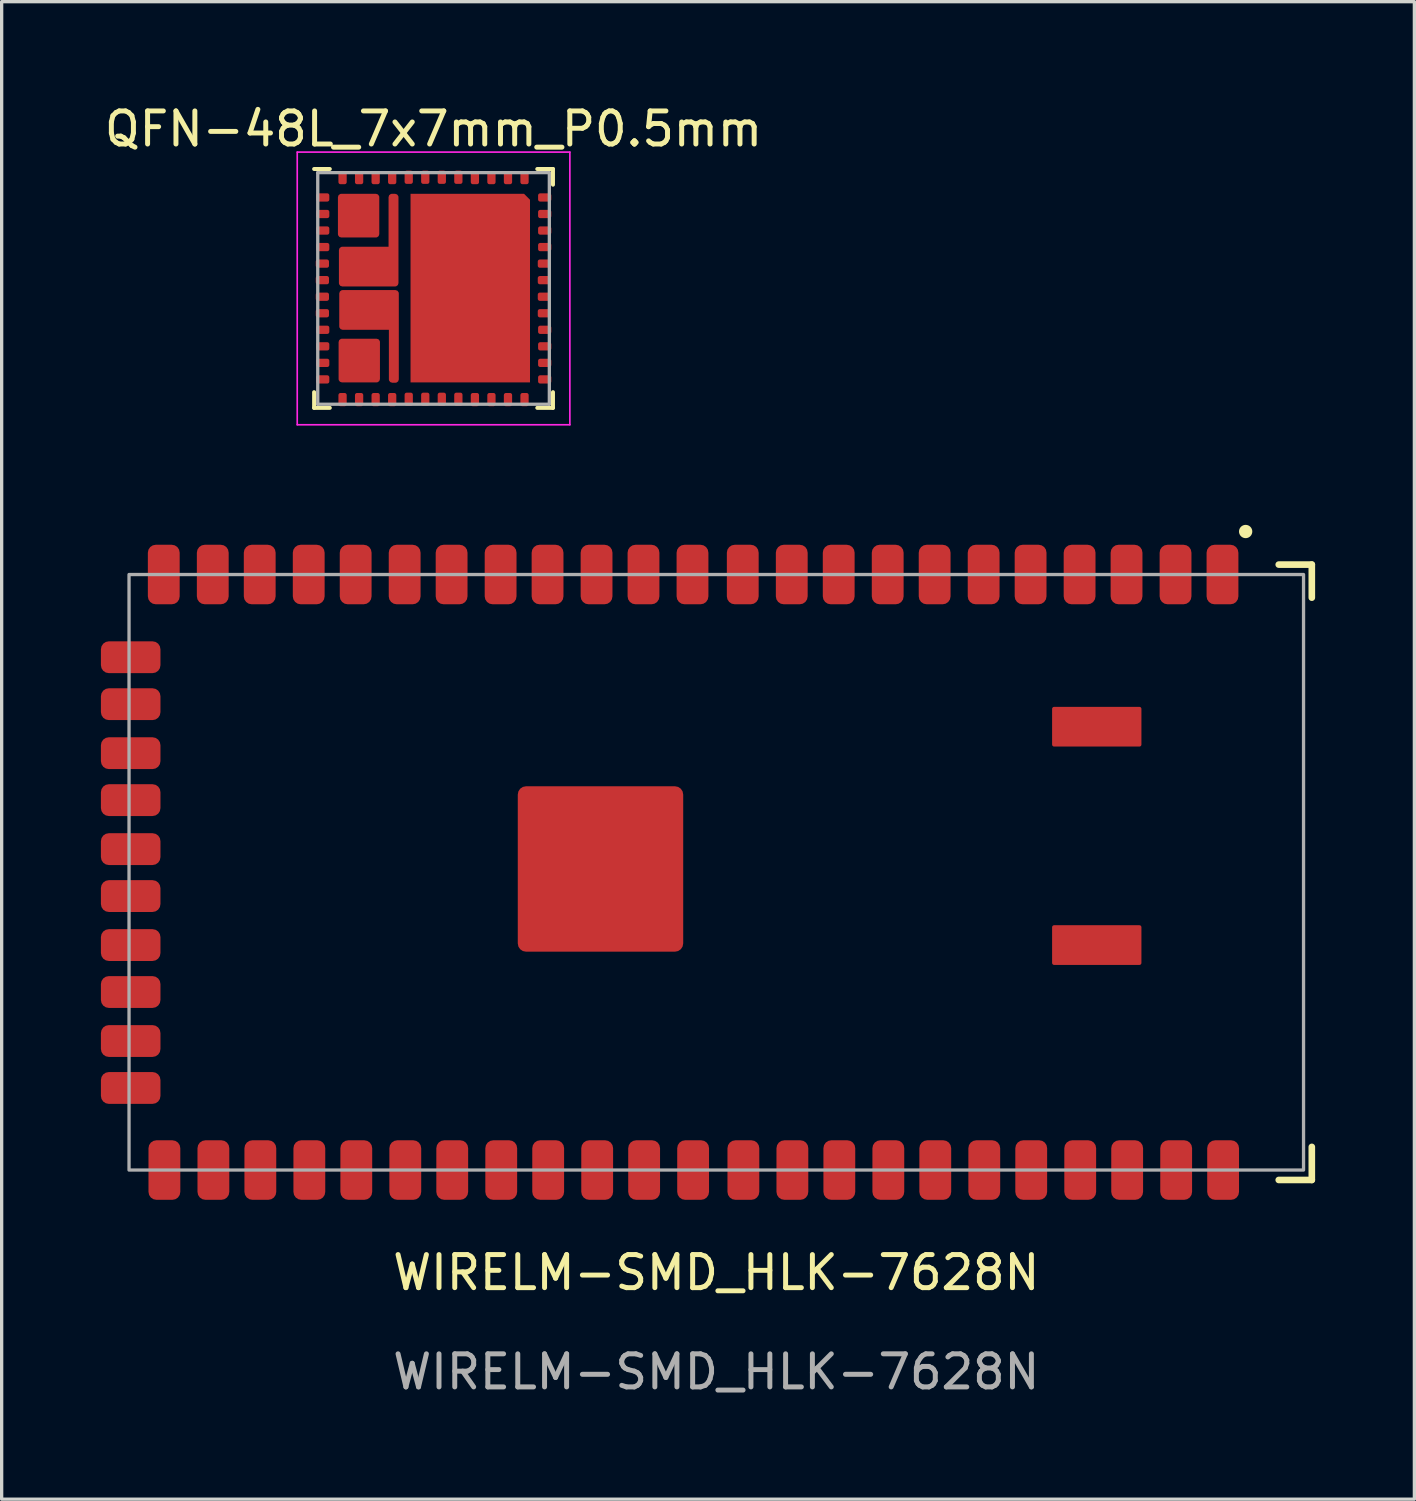
<source format=kicad_pcb>
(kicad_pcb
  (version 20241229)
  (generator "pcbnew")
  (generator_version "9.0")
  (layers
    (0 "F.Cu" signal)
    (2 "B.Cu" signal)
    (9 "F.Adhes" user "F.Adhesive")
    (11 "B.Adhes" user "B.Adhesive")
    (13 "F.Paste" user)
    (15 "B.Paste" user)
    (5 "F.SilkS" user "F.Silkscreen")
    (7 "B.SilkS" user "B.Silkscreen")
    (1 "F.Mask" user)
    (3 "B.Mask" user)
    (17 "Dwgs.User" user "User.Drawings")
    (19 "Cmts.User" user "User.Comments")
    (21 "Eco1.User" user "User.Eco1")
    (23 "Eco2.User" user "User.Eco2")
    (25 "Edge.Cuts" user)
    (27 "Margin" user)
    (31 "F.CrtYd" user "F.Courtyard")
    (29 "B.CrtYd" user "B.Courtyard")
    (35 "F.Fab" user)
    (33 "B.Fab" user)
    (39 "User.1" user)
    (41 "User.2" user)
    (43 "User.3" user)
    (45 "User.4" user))
  (footprint "QFN-48L_7x7mm_P0.5mm"
    (layer "F.Cu")
    (at 10.054 5.668)
    (property "Reference" "QFN-48L_7x7mm_P0.5mm" (at 0 -4.82 0) (layer "F.SilkS") (effects (font (size 1 1) (thickness 0.15))))
    (attr smd)
    (fp_line (start -3.61 3.61) (end -3.61 3.135) (stroke (width 0.12) (type solid)) (layer "F.SilkS"))
    (fp_line (start -3.135 -3.61) (end -3.61 -3.61) (stroke (width 0.12) (type solid)) (layer "F.SilkS"))
    (fp_line (start -3.135 3.61) (end -3.61 3.61) (stroke (width 0.12) (type solid)) (layer "F.SilkS"))
    (fp_line (start 3.135 -3.61) (end 3.61 -3.61) (stroke (width 0.12) (type solid)) (layer "F.SilkS"))
    (fp_line (start 3.135 3.61) (end 3.61 3.61) (stroke (width 0.12) (type solid)) (layer "F.SilkS"))
    (fp_line (start 3.61 -3.61) (end 3.61 -3.135) (stroke (width 0.12) (type solid)) (layer "F.SilkS"))
    (fp_line (start 3.61 3.61) (end 3.61 3.135) (stroke (width 0.12) (type solid)) (layer "F.SilkS"))
    (fp_line (start -4.12 -4.12) (end -4.12 4.12) (stroke (width 0.05) (type solid)) (layer "F.CrtYd"))
    (fp_line (start -4.12 4.12) (end 4.12 4.12) (stroke (width 0.05) (type solid)) (layer "F.CrtYd"))
    (fp_line (start 4.12 -4.12) (end -4.12 -4.12) (stroke (width 0.05) (type solid)) (layer "F.CrtYd"))
    (fp_line (start 4.12 4.12) (end 4.12 -4.12) (stroke (width 0.05) (type solid)) (layer "F.CrtYd"))
    (fp_line (start -3.5 -3.5) (end 3.5 -3.5) (stroke (width 0.1) (type solid)) (layer "F.Fab"))
    (fp_line (start -3.5 3.5) (end -3.5 -3.5) (stroke (width 0.1) (type solid)) (layer "F.Fab"))
    (fp_line (start 3.5 -3.5) (end 3.5 3.5) (stroke (width 0.1) (type solid)) (layer "F.Fab"))
    (fp_line (start 3.5 3.5) (end -3.5 3.5) (stroke (width 0.1) (type solid)) (layer "F.Fab"))
    (pad "1" smd roundrect (at 3.36 -2.75 90) (size 0.25 0.4) (layers "F.Cu" "F.Mask" "F.Paste") (roundrect_rratio 0.25))
    (pad "2" smd roundrect (at 3.36 -2.25 90) (size 0.25 0.4) (layers "F.Cu" "F.Mask" "F.Paste") (roundrect_rratio 0.25))
    (pad "3" smd roundrect (at 3.36 -1.75 90) (size 0.25 0.4) (layers "F.Cu" "F.Mask" "F.Paste") (roundrect_rratio 0.25))
    (pad "4" smd roundrect (at 3.36 -1.25 90) (size 0.25 0.4) (layers "F.Cu" "F.Mask" "F.Paste") (roundrect_rratio 0.25))
    (pad "5" smd roundrect (at 3.35 -0.75 90) (size 0.25 0.4) (layers "F.Cu" "F.Mask" "F.Paste") (roundrect_rratio 0.25))
    (pad "6" smd roundrect (at 3.35 -0.25 90) (size 0.25 0.4) (layers "F.Cu" "F.Mask" "F.Paste") (roundrect_rratio 0.25))
    (pad "7" smd roundrect (at 3.35 0.25 90) (size 0.25 0.4) (layers "F.Cu" "F.Mask" "F.Paste") (roundrect_rratio 0.25))
    (pad "8" smd roundrect (at 3.35 0.75 90) (size 0.25 0.4) (layers "F.Cu" "F.Mask" "F.Paste") (roundrect_rratio 0.25))
    (pad "9" smd roundrect (at 3.36 1.25 90) (size 0.25 0.4) (layers "F.Cu" "F.Mask" "F.Paste") (roundrect_rratio 0.25))
    (pad "10" smd roundrect (at 3.36 1.75 90) (size 0.25 0.4) (layers "F.Cu" "F.Mask" "F.Paste") (roundrect_rratio 0.25))
    (pad "11" smd roundrect (at 3.36 2.25 90) (size 0.25 0.4) (layers "F.Cu" "F.Mask" "F.Paste") (roundrect_rratio 0.25))
    (pad "12" smd roundrect (at 3.36 2.75 90) (size 0.25 0.4) (layers "F.Cu" "F.Mask" "F.Paste") (roundrect_rratio 0.25))
    (pad "13" smd roundrect (at 2.75 3.36) (size 0.25 0.4) (layers "F.Cu" "F.Mask" "F.Paste") (roundrect_rratio 0.25))
    (pad "14" smd roundrect (at 2.25 3.36) (size 0.25 0.4) (layers "F.Cu" "F.Mask" "F.Paste") (roundrect_rratio 0.25))
    (pad "15" smd roundrect (at 1.75 3.36) (size 0.25 0.4) (layers "F.Cu" "F.Mask" "F.Paste") (roundrect_rratio 0.25))
    (pad "16" smd roundrect (at 1.25 3.36) (size 0.25 0.4) (layers "F.Cu" "F.Mask" "F.Paste") (roundrect_rratio 0.25))
    (pad "17" smd roundrect (at 0.75 3.35) (size 0.25 0.4) (layers "F.Cu" "F.Mask" "F.Paste") (roundrect_rratio 0.25))
    (pad "18" smd roundrect (at 0.25 3.35) (size 0.25 0.4) (layers "F.Cu" "F.Mask" "F.Paste") (roundrect_rratio 0.25))
    (pad "19" smd roundrect (at -0.25 3.35) (size 0.25 0.4) (layers "F.Cu" "F.Mask" "F.Paste") (roundrect_rratio 0.25))
    (pad "20" smd roundrect (at -0.75 3.35) (size 0.25 0.4) (layers "F.Cu" "F.Mask" "F.Paste") (roundrect_rratio 0.25))
    (pad "21" smd roundrect (at -1.25 3.36) (size 0.25 0.4) (layers "F.Cu" "F.Mask" "F.Paste") (roundrect_rratio 0.25))
    (pad "22" smd roundrect (at -1.75 3.36) (size 0.25 0.4) (layers "F.Cu" "F.Mask" "F.Paste") (roundrect_rratio 0.25))
    (pad "23" smd roundrect (at -2.25 3.36) (size 0.25 0.4) (layers "F.Cu" "F.Mask" "F.Paste") (roundrect_rratio 0.25))
    (pad "24" smd roundrect (at -2.75 3.36) (size 0.25 0.4) (layers "F.Cu" "F.Mask" "F.Paste") (roundrect_rratio 0.25))
    (pad "25" smd roundrect (at -3.35 2.75 90) (size 0.25 0.4) (layers "F.Cu" "F.Mask" "F.Paste") (roundrect_rratio 0.25))
    (pad "26" smd roundrect (at -3.35 2.25 90) (size 0.25 0.4) (layers "F.Cu" "F.Mask" "F.Paste") (roundrect_rratio 0.25))
    (pad "27" smd roundrect (at -3.35 1.75 90) (size 0.25 0.4) (layers "F.Cu" "F.Mask" "F.Paste") (roundrect_rratio 0.25))
    (pad "28" smd roundrect (at -3.35 1.25 90) (size 0.25 0.4) (layers "F.Cu" "F.Mask" "F.Paste") (roundrect_rratio 0.25))
    (pad "29" smd roundrect (at -3.36 0.75 90) (size 0.25 0.4) (layers "F.Cu" "F.Mask" "F.Paste") (roundrect_rratio 0.25))
    (pad "30" smd roundrect (at -3.36 0.25 90) (size 0.25 0.4) (layers "F.Cu" "F.Mask" "F.Paste") (roundrect_rratio 0.25))
    (pad "31" smd roundrect (at -3.36 -0.25 90) (size 0.25 0.4) (layers "F.Cu" "F.Mask" "F.Paste") (roundrect_rratio 0.25))
    (pad "32" smd roundrect (at -3.36 -0.75 90) (size 0.25 0.4) (layers "F.Cu" "F.Mask" "F.Paste") (roundrect_rratio 0.25))
    (pad "33" smd roundrect (at -3.35 -1.25 90) (size 0.25 0.4) (layers "F.Cu" "F.Mask" "F.Paste") (roundrect_rratio 0.25))
    (pad "34" smd roundrect (at -3.35 -1.75 90) (size 0.25 0.4) (layers "F.Cu" "F.Mask" "F.Paste") (roundrect_rratio 0.25))
    (pad "35" smd roundrect (at -3.35 -2.25 90) (size 0.25 0.4) (layers "F.Cu" "F.Mask" "F.Paste") (roundrect_rratio 0.25))
    (pad "36" smd roundrect (at -3.35 -2.75 90) (size 0.25 0.4) (layers "F.Cu" "F.Mask" "F.Paste") (roundrect_rratio 0.25))
    (pad "37" smd roundrect (at -2.75 -3.35) (size 0.25 0.4) (layers "F.Cu" "F.Mask" "F.Paste") (roundrect_rratio 0.25))
    (pad "38" smd roundrect (at -2.25 -3.35) (size 0.25 0.4) (layers "F.Cu" "F.Mask" "F.Paste") (roundrect_rratio 0.25))
    (pad "39" smd roundrect (at -1.75 -3.35) (size 0.25 0.4) (layers "F.Cu" "F.Mask" "F.Paste") (roundrect_rratio 0.25))
    (pad "40" smd roundrect (at -1.25 -3.35) (size 0.25 0.4) (layers "F.Cu" "F.Mask" "F.Paste") (roundrect_rratio 0.25))
    (pad "41" smd roundrect (at -0.75 -3.36) (size 0.25 0.4) (layers "F.Cu" "F.Mask" "F.Paste") (roundrect_rratio 0.25))
    (pad "42" smd roundrect (at -0.25 -3.36) (size 0.25 0.4) (layers "F.Cu" "F.Mask" "F.Paste") (roundrect_rratio 0.25))
    (pad "43" smd roundrect (at 0.25 -3.36) (size 0.25 0.4) (layers "F.Cu" "F.Mask" "F.Paste") (roundrect_rratio 0.25))
    (pad "44" smd roundrect (at 0.75 -3.36) (size 0.25 0.4) (layers "F.Cu" "F.Mask" "F.Paste") (roundrect_rratio 0.25))
    (pad "45" smd roundrect (at 1.25 -3.35) (size 0.25 0.4) (layers "F.Cu" "F.Mask" "F.Paste") (roundrect_rratio 0.25))
    (pad "46" smd roundrect (at 1.75 -3.35) (size 0.25 0.4) (layers "F.Cu" "F.Mask" "F.Paste") (roundrect_rratio 0.25))
    (pad "47" smd roundrect (at 2.25 -3.35) (size 0.25 0.4) (layers "F.Cu" "F.Mask" "F.Paste") (roundrect_rratio 0.25))
    (pad "48" smd roundrect (at 2.75 -3.35) (size 0.25 0.4) (layers "F.Cu" "F.Mask" "F.Paste") (roundrect_rratio 0.25))
    (pad "49" smd roundrect (at 1.11 -0.01) (size 3.611 5.701) (layers "F.Cu" "F.Mask" "F.Paste") (roundrect_rratio 0) (chamfer_ratio 0.05) (chamfer top_right))
    (pad "50" smd custom (at -2.19 -2.24) (size 0.1 0.1) (layers "F.Cu" "F.Mask" "F.Paste") (options (anchor rect)) (primitives (gr_poly (pts (xy -0.6 0.6) (xy -0.6 -0.52) (xy 0.45 -0.52) (xy 0.45 0.6)) (width 0.2) (fill yes))))
    (pad "51" smd custom (at -1.86 -0.76 180) (size 0.05 0.05) (layers "F.Cu" "F.Mask" "F.Paste") (options (anchor circle)) (primitives (gr_poly (pts (xy 0.9 -0.6) (xy -0.7 -0.6) (xy -0.7 2) (xy -0.6 2) (xy -0.6 0.4) (xy 0.9 0.4)) (width 0.2) (fill yes))))
    (pad "52" smd custom (at -1.85 0.75) (size 0.05 0.05) (layers "F.Cu" "F.Mask" "F.Paste") (options (anchor circle)) (primitives (gr_poly (pts (xy -0.9 -0.6) (xy 0.7 -0.6) (xy 0.7 2) (xy 0.6 2) (xy 0.6 0.4) (xy -0.9 0.4)) (width 0.2) (fill yes))))
    (pad "53" smd custom (at -2.17 2.14) (size 0.1 0.1) (layers "F.Cu" "F.Mask" "F.Paste") (options (anchor rect)) (primitives (gr_poly (pts (xy -0.6 0.6) (xy -0.6 -0.52) (xy 0.45 -0.52) (xy 0.45 0.6)) (width 0.2) (fill yes)))))
  (footprint "WIRELM-SMD_HLK-7628N"
    (layer "F.Cu")
    (at 18.6 23.315)
    (property "Reference" "WIRELM-SMD_HLK-7628N" (at 0 12.1 0) (unlocked yes) (layer "F.SilkS") (effects (font (size 1 1) (thickness 0.15))))
    (attr smd)
    (fp_line (start 17 -9.3) (end 18 -9.3) (stroke (width 0.2) (type solid)) (layer "F.SilkS"))
    (fp_line (start 18 -9.3) (end 18 -8.3) (stroke (width 0.2) (type solid)) (layer "F.SilkS"))
    (fp_line (start 18 8.3) (end 18 9.3) (stroke (width 0.2) (type solid)) (layer "F.SilkS"))
    (fp_line (start 18 9.3) (end 17 9.3) (stroke (width 0.2) (type solid)) (layer "F.SilkS"))
    (fp_line (start 18 9.3) (end 18 8.3) (stroke (width 0.12) (type solid)) (layer "F.SilkS"))
    (fp_circle (center 16 -10.3) (end 16.141 -10.3) (stroke (width 0.12) (type solid)) (fill yes) (layer "F.SilkS"))
    (fp_rect (start -17.75 -9) (end 17.75 9) (stroke (width 0.1) (type solid)) (fill no) (layer "F.Fab"))
    (fp_text user "${REFERENCE}" (at 0 15.1 0) (unlocked yes) (layer "F.Fab") (effects (font (size 1 1) (thickness 0.15))))
    (pad "" smd roundrect (at -3.5 -0.1 90) (size 5 5) (layers "F.Cu" "F.Mask" "F.Paste") (roundrect_rratio 0.05))
    (pad "" smd roundrect (at 11.5 -4.4 90) (size 1.2 2.7) (layers "F.Cu" "F.Mask" "F.Paste") (roundrect_rratio 0.05))
    (pad "" smd roundrect (at 11.5 2.2 90) (size 1.2 2.7) (layers "F.Cu" "F.Mask" "F.Paste") (roundrect_rratio 0.05))
    (pad "1" smd roundrect (at 15.3 -9 90) (size 1.8 0.962) (layers "F.Cu" "F.Mask" "F.Paste") (roundrect_rratio 0.25))
    (pad "2" smd roundrect (at 13.881 -9 90) (size 1.8 0.962) (layers "F.Cu" "F.Mask" "F.Paste") (roundrect_rratio 0.25))
    (pad "3" smd roundrect (at 12.4 -9 90) (size 1.8 0.962) (layers "F.Cu" "F.Mask" "F.Paste") (roundrect_rratio 0.25))
    (pad "4" smd roundrect (at 10.981 -9 90) (size 1.8 0.962) (layers "F.Cu" "F.Mask" "F.Paste") (roundrect_rratio 0.25))
    (pad "5" smd roundrect (at 9.5 -9 90) (size 1.8 0.962) (layers "F.Cu" "F.Mask" "F.Paste") (roundrect_rratio 0.25))
    (pad "6" smd roundrect (at 8.081 -9 90) (size 1.8 0.962) (layers "F.Cu" "F.Mask" "F.Paste") (roundrect_rratio 0.25))
    (pad "7" smd roundrect (at 6.6 -9 90) (size 1.8 0.962) (layers "F.Cu" "F.Mask" "F.Paste") (roundrect_rratio 0.25))
    (pad "8" smd roundrect (at 5.181 -9 90) (size 1.8 0.962) (layers "F.Cu" "F.Mask" "F.Paste") (roundrect_rratio 0.25))
    (pad "9" smd roundrect (at 3.7 -9 90) (size 1.8 0.962) (layers "F.Cu" "F.Mask" "F.Paste") (roundrect_rratio 0.25))
    (pad "10" smd roundrect (at 2.281 -9 90) (size 1.8 0.962) (layers "F.Cu" "F.Mask" "F.Paste") (roundrect_rratio 0.25))
    (pad "11" smd roundrect (at 0.8 -9 90) (size 1.8 0.962) (layers "F.Cu" "F.Mask" "F.Paste") (roundrect_rratio 0.25))
    (pad "12" smd roundrect (at -0.719 -9 90) (size 1.8 0.962) (layers "F.Cu" "F.Mask" "F.Paste") (roundrect_rratio 0.25))
    (pad "13" smd roundrect (at -2.2 -9 90) (size 1.8 0.962) (layers "F.Cu" "F.Mask" "F.Paste") (roundrect_rratio 0.25))
    (pad "14" smd roundrect (at -3.619 -9 90) (size 1.8 0.962) (layers "F.Cu" "F.Mask" "F.Paste") (roundrect_rratio 0.25))
    (pad "15" smd roundrect (at -5.1 -9 90) (size 1.8 0.962) (layers "F.Cu" "F.Mask" "F.Paste") (roundrect_rratio 0.25))
    (pad "16" smd roundrect (at -6.519 -9 90) (size 1.8 0.962) (layers "F.Cu" "F.Mask" "F.Paste") (roundrect_rratio 0.25))
    (pad "17" smd roundrect (at -8 -9 90) (size 1.8 0.962) (layers "F.Cu" "F.Mask" "F.Paste") (roundrect_rratio 0.25))
    (pad "18" smd roundrect (at -9.419 -9 90) (size 1.8 0.962) (layers "F.Cu" "F.Mask" "F.Paste") (roundrect_rratio 0.25))
    (pad "19" smd roundrect (at -10.9 -9 90) (size 1.8 0.962) (layers "F.Cu" "F.Mask" "F.Paste") (roundrect_rratio 0.25))
    (pad "20" smd roundrect (at -12.319 -9 90) (size 1.8 0.962) (layers "F.Cu" "F.Mask" "F.Paste") (roundrect_rratio 0.25))
    (pad "21" smd roundrect (at -13.8 -9 90) (size 1.8 0.962) (layers "F.Cu" "F.Mask" "F.Paste") (roundrect_rratio 0.25))
    (pad "22" smd roundrect (at -15.219 -9 90) (size 1.8 0.962) (layers "F.Cu" "F.Mask" "F.Paste") (roundrect_rratio 0.25))
    (pad "23" smd roundrect (at -16.7 -9 90) (size 1.8 0.962) (layers "F.Cu" "F.Mask" "F.Paste") (roundrect_rratio 0.25))
    (pad "24" smd roundrect (at -17.7 -6.5 180) (size 1.8 0.962) (layers "F.Cu" "F.Mask" "F.Paste") (roundrect_rratio 0.25))
    (pad "25" smd roundrect (at -17.7 -5.081 180) (size 1.8 0.962) (layers "F.Cu" "F.Mask" "F.Paste") (roundrect_rratio 0.25))
    (pad "26" smd roundrect (at -17.7 -3.6 180) (size 1.8 0.962) (layers "F.Cu" "F.Mask" "F.Paste") (roundrect_rratio 0.25))
    (pad "27" smd roundrect (at -17.7 -2.181 180) (size 1.8 0.962) (layers "F.Cu" "F.Mask" "F.Paste") (roundrect_rratio 0.25))
    (pad "28" smd roundrect (at -17.7 -0.7 180) (size 1.8 0.962) (layers "F.Cu" "F.Mask" "F.Paste") (roundrect_rratio 0.25))
    (pad "29" smd roundrect (at -17.7 0.719 180) (size 1.8 0.962) (layers "F.Cu" "F.Mask" "F.Paste") (roundrect_rratio 0.25))
    (pad "30" smd roundrect (at -17.7 2.2 180) (size 1.8 0.962) (layers "F.Cu" "F.Mask" "F.Paste") (roundrect_rratio 0.25))
    (pad "31" smd roundrect (at -17.7 3.619 180) (size 1.8 0.962) (layers "F.Cu" "F.Mask" "F.Paste") (roundrect_rratio 0.25))
    (pad "32" smd roundrect (at -17.7 5.1 180) (size 1.8 0.962) (layers "F.Cu" "F.Mask" "F.Paste") (roundrect_rratio 0.25))
    (pad "33" smd roundrect (at -17.7 6.519 180) (size 1.8 0.962) (layers "F.Cu" "F.Mask" "F.Paste") (roundrect_rratio 0.25))
    (pad "34" smd roundrect (at -16.681 9 90) (size 1.8 0.962) (layers "F.Cu" "F.Mask" "F.Paste") (roundrect_rratio 0.25))
    (pad "35" smd roundrect (at -15.2 9 90) (size 1.8 0.962) (layers "F.Cu" "F.Mask" "F.Paste") (roundrect_rratio 0.25))
    (pad "36" smd roundrect (at -13.781 9 90) (size 1.8 0.962) (layers "F.Cu" "F.Mask" "F.Paste") (roundrect_rratio 0.25))
    (pad "37" smd roundrect (at -12.3 9 90) (size 1.8 0.962) (layers "F.Cu" "F.Mask" "F.Paste") (roundrect_rratio 0.25))
    (pad "38" smd roundrect (at -10.881 9 90) (size 1.8 0.962) (layers "F.Cu" "F.Mask" "F.Paste") (roundrect_rratio 0.25))
    (pad "39" smd roundrect (at -9.4 9 90) (size 1.8 0.962) (layers "F.Cu" "F.Mask" "F.Paste") (roundrect_rratio 0.25))
    (pad "40" smd roundrect (at -7.981 9 90) (size 1.8 0.962) (layers "F.Cu" "F.Mask" "F.Paste") (roundrect_rratio 0.25))
    (pad "41" smd roundrect (at -6.5 9 90) (size 1.8 0.962) (layers "F.Cu" "F.Mask" "F.Paste") (roundrect_rratio 0.25))
    (pad "42" smd roundrect (at -5.081 9 90) (size 1.8 0.962) (layers "F.Cu" "F.Mask" "F.Paste") (roundrect_rratio 0.25))
    (pad "43" smd roundrect (at -3.6 9 90) (size 1.8 0.962) (layers "F.Cu" "F.Mask" "F.Paste") (roundrect_rratio 0.25))
    (pad "44" smd roundrect (at -2.181 9 90) (size 1.8 0.962) (layers "F.Cu" "F.Mask" "F.Paste") (roundrect_rratio 0.25))
    (pad "45" smd roundrect (at -0.7 9 90) (size 1.8 0.962) (layers "F.Cu" "F.Mask" "F.Paste") (roundrect_rratio 0.25))
    (pad "46" smd roundrect (at 0.819 9 90) (size 1.8 0.962) (layers "F.Cu" "F.Mask" "F.Paste") (roundrect_rratio 0.25))
    (pad "47" smd roundrect (at 2.3 9 90) (size 1.8 0.962) (layers "F.Cu" "F.Mask" "F.Paste") (roundrect_rratio 0.25))
    (pad "48" smd roundrect (at 3.719 9 90) (size 1.8 0.962) (layers "F.Cu" "F.Mask" "F.Paste") (roundrect_rratio 0.25))
    (pad "49" smd roundrect (at 5.2 9 90) (size 1.8 0.962) (layers "F.Cu" "F.Mask" "F.Paste") (roundrect_rratio 0.25))
    (pad "50" smd roundrect (at 6.619 9 90) (size 1.8 0.962) (layers "F.Cu" "F.Mask" "F.Paste") (roundrect_rratio 0.25))
    (pad "51" smd roundrect (at 8.1 9 90) (size 1.8 0.962) (layers "F.Cu" "F.Mask" "F.Paste") (roundrect_rratio 0.25))
    (pad "52" smd roundrect (at 9.519 9 90) (size 1.8 0.962) (layers "F.Cu" "F.Mask" "F.Paste") (roundrect_rratio 0.25))
    (pad "53" smd roundrect (at 11 9 90) (size 1.8 0.962) (layers "F.Cu" "F.Mask" "F.Paste") (roundrect_rratio 0.25))
    (pad "54" smd roundrect (at 12.419 9 90) (size 1.8 0.962) (layers "F.Cu" "F.Mask" "F.Paste") (roundrect_rratio 0.25))
    (pad "55" smd roundrect (at 13.9 9 90) (size 1.8 0.962) (layers "F.Cu" "F.Mask" "F.Paste") (roundrect_rratio 0.25))
    (pad "56" smd roundrect (at 15.319 9 90) (size 1.8 0.962) (layers "F.Cu" "F.Mask" "F.Paste") (roundrect_rratio 0.25)))
  (gr_rect
    (start -3 -3)
    (end 39.7 42.263)
    (stroke (width 0.1) (type default))
    (fill no)
    (layer "Edge.Cuts")))
</source>
